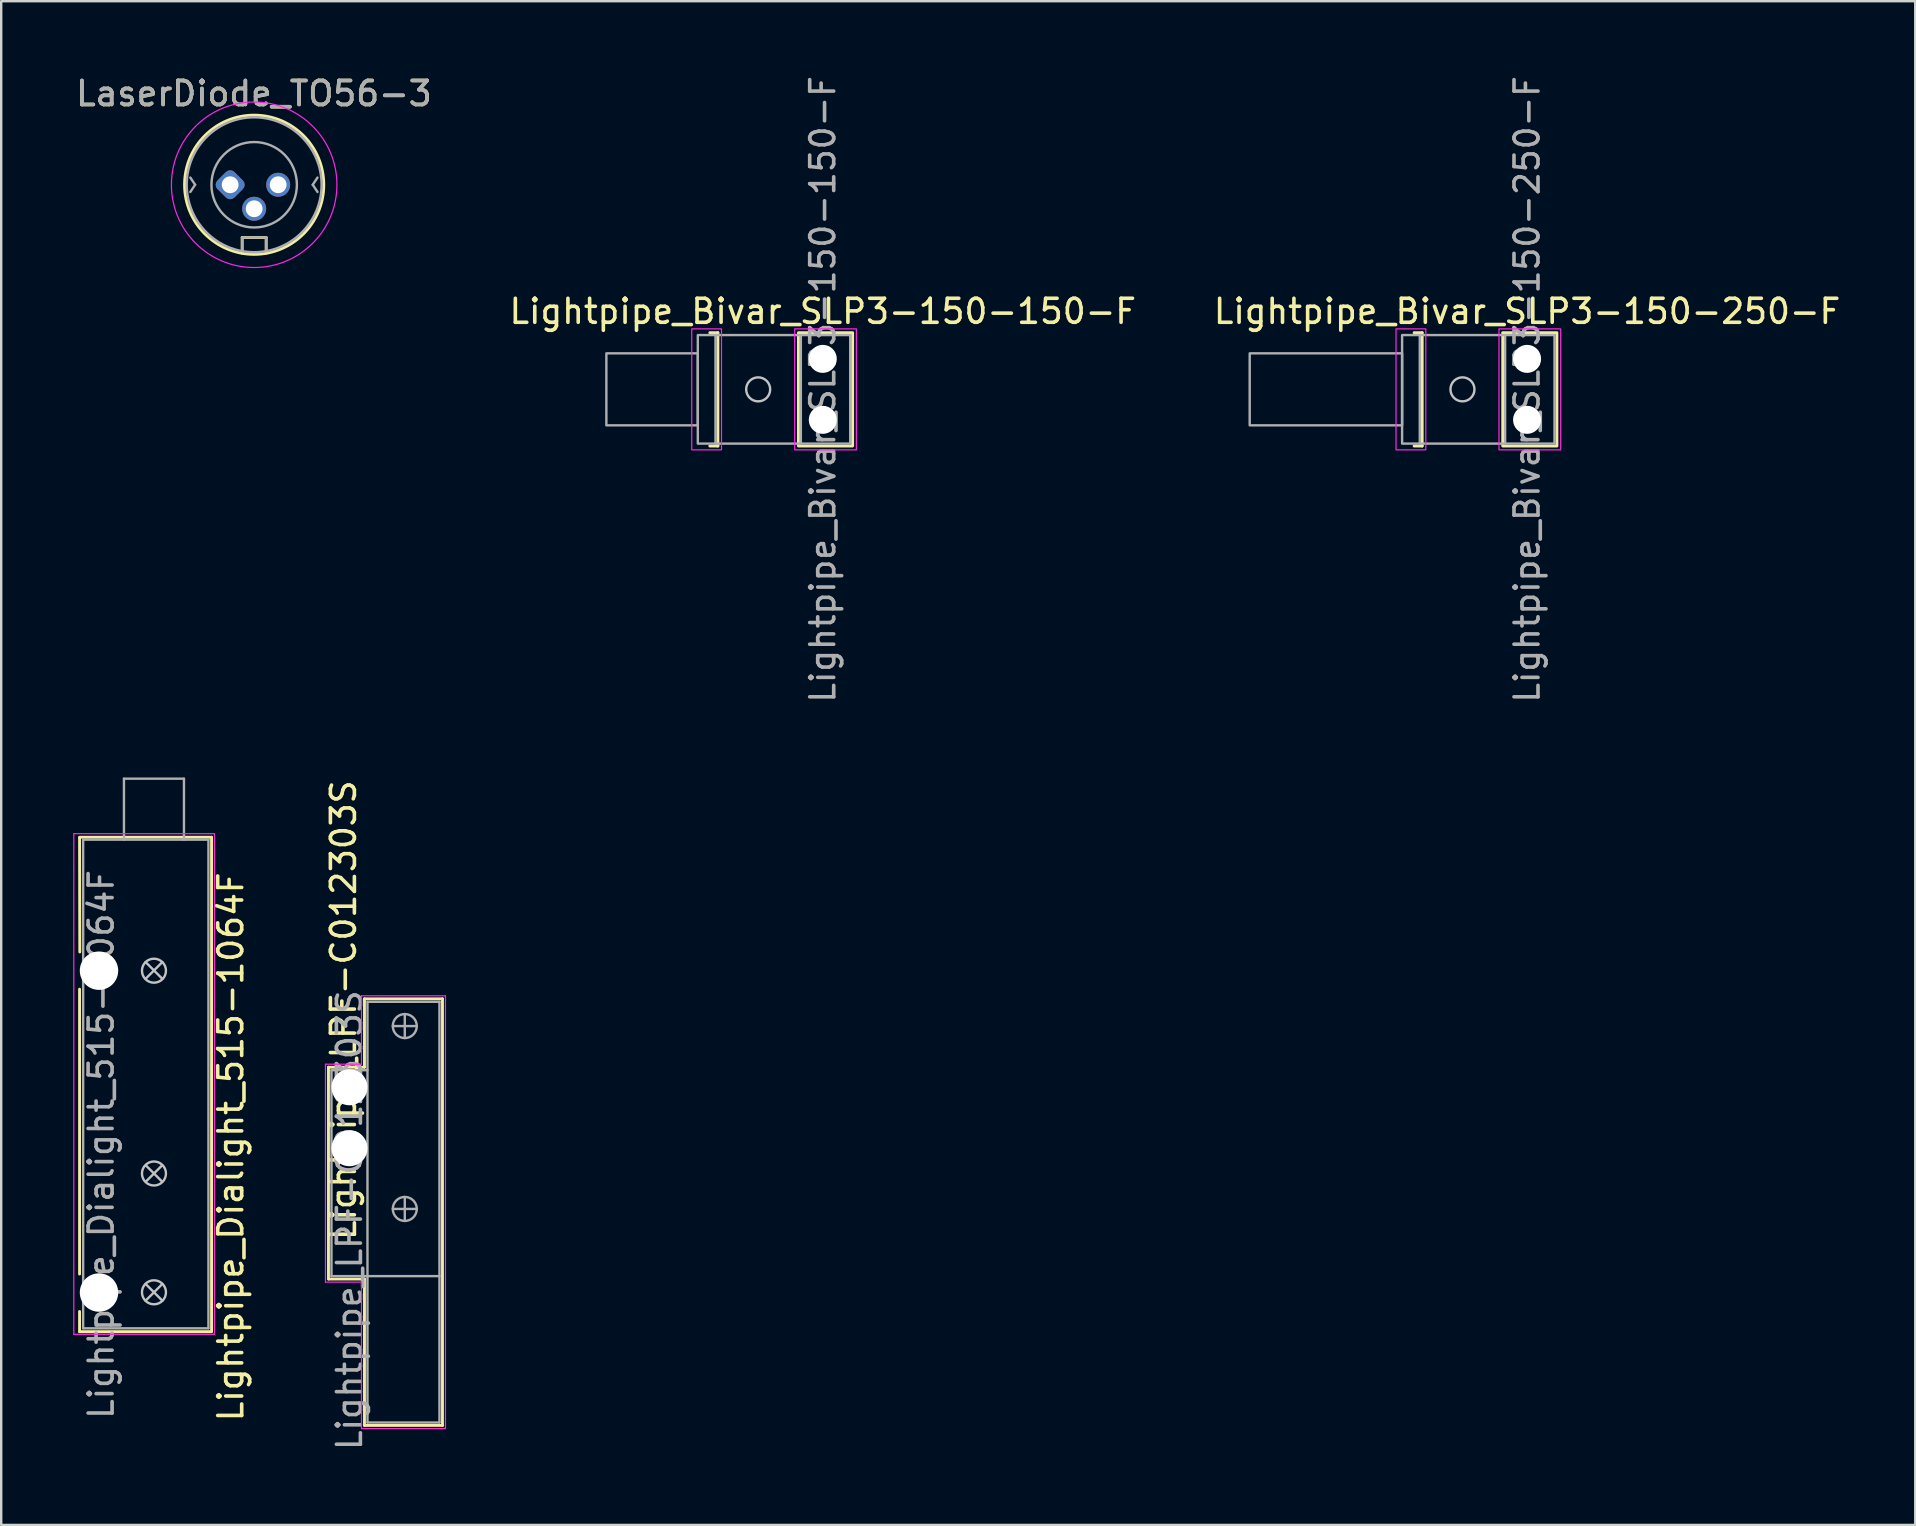
<source format=kicad_pcb>
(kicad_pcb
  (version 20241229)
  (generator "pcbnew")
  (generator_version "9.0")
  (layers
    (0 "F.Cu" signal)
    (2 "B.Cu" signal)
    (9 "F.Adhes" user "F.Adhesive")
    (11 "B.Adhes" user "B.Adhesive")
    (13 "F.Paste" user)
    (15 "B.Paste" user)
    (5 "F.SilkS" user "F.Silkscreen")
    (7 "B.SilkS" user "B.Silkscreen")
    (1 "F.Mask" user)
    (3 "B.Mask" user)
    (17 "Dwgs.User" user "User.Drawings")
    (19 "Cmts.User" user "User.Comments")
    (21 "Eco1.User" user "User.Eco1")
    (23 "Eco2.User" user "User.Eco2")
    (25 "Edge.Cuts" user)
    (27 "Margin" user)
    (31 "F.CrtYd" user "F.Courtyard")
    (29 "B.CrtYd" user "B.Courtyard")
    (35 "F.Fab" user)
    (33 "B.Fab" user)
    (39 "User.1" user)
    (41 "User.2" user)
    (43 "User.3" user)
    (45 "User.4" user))
  (footprint "LaserDiode_TO56-3"
    (layer "F.Cu")
    (at 6.54 4.648)
    (property "Reference" "LaserDiode_TO56-3" (at 0.99 -3.8 0) (layer "F.SilkS") (effects (font (size 1 1) (thickness 0.15))))
    (attr through_hole)
    (fp_line (start 0.5 2.2) (end 1.5 2.2) (stroke (width 0.12) (type solid)) (layer "F.SilkS"))
    (fp_line (start 0.5 2.85) (end 0.5 2.2) (stroke (width 0.12) (type solid)) (layer "F.SilkS"))
    (fp_line (start 1.5 2.2) (end 1.5 2.85) (stroke (width 0.12) (type solid)) (layer "F.SilkS"))
    (fp_circle (center 1 0) (end 3.9 0) (stroke (width 0.12) (type solid)) (fill no) (layer "F.SilkS"))
    (fp_circle (center 1 0) (end 4.3 1) (stroke (width 0.05) (type solid)) (fill no) (layer "F.CrtYd"))
    (fp_line (start -1.66 -0.3) (end -1.46 0) (stroke (width 0.1) (type solid)) (layer "F.Fab"))
    (fp_line (start -1.46 0) (end -1.66 0.3) (stroke (width 0.1) (type solid)) (layer "F.Fab"))
    (fp_line (start 0.5 2.2) (end 1.5 2.2) (stroke (width 0.1) (type solid)) (layer "F.Fab"))
    (fp_line (start 0.5 2.7) (end 0.5 2.2) (stroke (width 0.1) (type solid)) (layer "F.Fab"))
    (fp_line (start 1.5 2.2) (end 1.5 2.7) (stroke (width 0.1) (type solid)) (layer "F.Fab"))
    (fp_line (start 3.44 0) (end 3.64 0.3) (stroke (width 0.1) (type solid)) (layer "F.Fab"))
    (fp_line (start 3.64 -0.3) (end 3.44 0) (stroke (width 0.1) (type solid)) (layer "F.Fab"))
    (fp_circle (center 1 0) (end 2.78 0) (stroke (width 0.1) (type solid)) (fill no) (layer "F.Fab"))
    (fp_circle (center 1 0) (end 3.81 0) (stroke (width 0.1) (type solid)) (fill no) (layer "F.Fab"))
    (fp_text user "${REFERENCE}" (at 0.99 -3.8 0) (layer "F.Fab") (effects (font (size 1 1) (thickness 0.15))))
    (pad "1" thru_hole roundrect (at 0 0 45) (size 1 1) (drill 0.7) (layers "*.Cu" "*.Mask") (roundrect_rratio 0.25))
    (pad "2" thru_hole circle (at 1 1) (size 1 1) (drill 0.7) (layers "*.Cu" "*.Mask"))
    (pad "3" thru_hole circle (at 2 0) (size 1 1) (drill 0.7) (layers "*.Cu" "*.Mask")))
  (footprint "Lightpipe_Bivar_SLP3-150-150-F"
    (layer "F.Cu")
    (at 31.232 13.173)
    (property "Reference" "Lightpipe_Bivar_SLP3-150-150-F" (at 0 -3.25 0) (layer "F.SilkS") (effects (font (size 1 1) (thickness 0.15))))
    (fp_line (start -4.707 -2.361) (end -4.37 -2.361) (stroke (width 0.12) (type default)) (layer "F.SilkS"))
    (fp_line (start -4.37 -2.361) (end -4.37 2.361) (stroke (width 0.12) (type default)) (layer "F.SilkS"))
    (fp_line (start -4.37 2.361) (end -4.707 2.361) (stroke (width 0.12) (type default)) (layer "F.SilkS"))
    (fp_rect (start -1.014 2.361) (end 1.243 -2.361) (stroke (width 0.12) (type solid)) (fill no) (layer "F.SilkS"))
    (fp_circle (center -2.692 0) (end -2.192 0) (stroke (width 0.1) (type solid)) (fill no) (layer "Dwgs.User"))
    (fp_rect (start -5.46 -2.52) (end -4.22 2.52) (stroke (width 0.05) (type solid)) (fill no) (layer "F.CrtYd"))
    (fp_rect (start -1.17 -2.52) (end 1.4 2.52) (stroke (width 0.05) (type solid)) (fill no) (layer "F.CrtYd"))
    (fp_line (start -4.47 -2.261) (end -0.914 -2.261) (stroke (width 0.1) (type solid)) (layer "F.Fab"))
    (fp_line (start -4.47 2.261) (end -0.914 2.261) (stroke (width 0.1) (type solid)) (layer "F.Fab"))
    (fp_rect (start -5.207 -2.261) (end -4.47 2.261) (stroke (width 0.1) (type solid)) (fill no) (layer "F.Fab"))
    (fp_rect (start -5.207 -1.5) (end -9.017 1.5) (stroke (width 0.1) (type solid)) (fill no) (layer "F.Fab"))
    (fp_rect (start -0.914 -2.261) (end 1.143 2.261) (stroke (width 0.1) (type solid)) (fill no) (layer "F.Fab"))
    (fp_text user "${REFERENCE}" (at 0 0 90) (layer "F.Fab") (effects (font (size 1 1) (thickness 0.15))))
    (pad "" np_thru_hole circle (at 0 -1.27) (size 1.168 1.168) (drill 1.168) (layers "*.Cu" "*.Mask"))
    (pad "" np_thru_hole circle (at 0 1.27) (size 1.168 1.168) (drill 1.168) (layers "*.Cu" "*.Mask")))
  (footprint "Lightpipe_Dialight_515-1064F"
    (layer "F.Cu")
    (at 3.365 31.935)
    (property "Reference" "Lightpipe_Dialight_515-1064F" (at 3.2 12.8 270) (layer "F.SilkS") (effects (font (size 1 1) (thickness 0.15))))
    (attr exclude_from_pos_files exclude_from_bom)
    (fp_line (start -3.1 -0.1) (end 2.4 -0.1) (stroke (width 0.12) (type solid)) (layer "F.SilkS"))
    (fp_line (start -3.1 -0.08) (end -3.09 4.68) (stroke (width 0.12) (type solid)) (layer "F.SilkS"))
    (fp_line (start -3.1 6.23) (end -3.1 18.1) (stroke (width 0.12) (type solid)) (layer "F.SilkS"))
    (fp_line (start -3.1 20.5) (end -3.1 19.66) (stroke (width 0.12) (type solid)) (layer "F.SilkS"))
    (fp_line (start -3.1 20.5) (end 2.4 20.5) (stroke (width 0.12) (type solid)) (layer "F.SilkS"))
    (fp_line (start 2.4 20.49) (end 2.4 -0.1) (stroke (width 0.12) (type solid)) (layer "F.SilkS"))
    (fp_line (start 0.325 13.585) (end -0.325 14.235) (stroke (width 0.1) (type solid)) (layer "Dwgs.User"))
    (fp_line (start 0.325 14.235) (end -0.325 13.585) (stroke (width 0.1) (type solid)) (layer "Dwgs.User"))
    (fp_line (start 0.35 5.1) (end -0.35 5.8) (stroke (width 0.1) (type solid)) (layer "Dwgs.User"))
    (fp_line (start 0.35 5.8) (end -0.35 5.1) (stroke (width 0.1) (type solid)) (layer "Dwgs.User"))
    (fp_line (start 0.35 18.51) (end -0.35 19.21) (stroke (width 0.1) (type solid)) (layer "Dwgs.User"))
    (fp_line (start 0.35 19.21) (end -0.35 18.51) (stroke (width 0.1) (type solid)) (layer "Dwgs.User"))
    (fp_circle (center 0 5.46) (end 0.5 5.46) (stroke (width 0.1) (type solid)) (fill no) (layer "Dwgs.User"))
    (fp_circle (center 0 13.91) (end 0.5 13.91) (stroke (width 0.1) (type solid)) (fill no) (layer "Dwgs.User"))
    (fp_circle (center 0 18.86) (end 0.5 18.86) (stroke (width 0.1) (type solid)) (fill no) (layer "Dwgs.User"))
    (fp_line (start -3.34 -0.25) (end 2.52 -0.25) (stroke (width 0.05) (type solid)) (layer "F.CrtYd"))
    (fp_line (start -3.34 20.61) (end -3.34 -0.25) (stroke (width 0.05) (type solid)) (layer "F.CrtYd"))
    (fp_line (start 2.52 -0.25) (end 2.52 20.61) (stroke (width 0.05) (type solid)) (layer "F.CrtYd"))
    (fp_line (start 2.52 20.61) (end -3.34 20.61) (stroke (width 0.05) (type solid)) (layer "F.CrtYd"))
    (fp_line (start -2.95 0) (end 2.27 0) (stroke (width 0.1) (type solid)) (layer "F.Fab"))
    (fp_line (start -2.95 20.36) (end -2.95 0) (stroke (width 0.1) (type solid)) (layer "F.Fab"))
    (fp_line (start -1.25 -2.54) (end -1.25 0) (stroke (width 0.1) (type solid)) (layer "F.Fab"))
    (fp_line (start 1.25 -2.54) (end -1.25 -2.54) (stroke (width 0.1) (type solid)) (layer "F.Fab"))
    (fp_line (start 1.25 0) (end 1.25 -2.54) (stroke (width 0.1) (type solid)) (layer "F.Fab"))
    (fp_line (start 2.27 0) (end 2.27 20.36) (stroke (width 0.1) (type solid)) (layer "F.Fab"))
    (fp_line (start 2.27 20.36) (end -2.95 20.36) (stroke (width 0.1) (type solid)) (layer "F.Fab"))
    (fp_text user "${REFERENCE}" (at -2.2 12.7 270) (layer "F.Fab") (effects (font (size 1 1) (thickness 0.15))))
    (pad "" np_thru_hole circle (at -2.29 5.46 180) (size 1.6 1.6) (drill 1.6) (layers "*.Cu"))
    (pad "" np_thru_hole circle (at -2.29 18.87 180) (size 1.6 1.6) (drill 1.6) (layers "*.Cu")))
  (footprint "Lightpipe_LPF-C012303S"
    (layer "F.Cu")
    (at 11.511 44.792)
    (property "Reference" "Lightpipe_LPF-C012303S" (at -0.25 -5.75 270) (layer "F.SilkS") (effects (font (size 1 1) (thickness 0.15))))
    (attr through_hole)
    (fp_line (start -0.875 -3.375) (end -0.875 5.45) (stroke (width 0.12) (type solid)) (layer "F.SilkS"))
    (fp_line (start -0.875 5.45) (end 0.625 5.45) (stroke (width 0.12) (type solid)) (layer "F.SilkS"))
    (fp_line (start 0.625 -6.225) (end 0.625 -3.375) (stroke (width 0.12) (type solid)) (layer "F.SilkS"))
    (fp_line (start 0.625 -3.375) (end -0.875 -3.375) (stroke (width 0.12) (type solid)) (layer "F.SilkS"))
    (fp_line (start 0.625 5.45) (end 0.625 11.55) (stroke (width 0.12) (type solid)) (layer "F.SilkS"))
    (fp_line (start 0.625 11.55) (end 3.875 11.55) (stroke (width 0.12) (type solid)) (layer "F.SilkS"))
    (fp_line (start 3.875 -6.225) (end 0.625 -6.225) (stroke (width 0.12) (type solid)) (layer "F.SilkS"))
    (fp_line (start 3.875 11.55) (end 3.875 -6.225) (stroke (width 0.12) (type solid)) (layer "F.SilkS"))
    (fp_line (start -1 -3.5) (end -1 5.58) (stroke (width 0.05) (type solid)) (layer "F.CrtYd"))
    (fp_line (start -1 5.58) (end 0.5 5.58) (stroke (width 0.05) (type solid)) (layer "F.CrtYd"))
    (fp_line (start 0.5 -6.35) (end 0.5 -3.5) (stroke (width 0.05) (type solid)) (layer "F.CrtYd"))
    (fp_line (start 0.5 -3.5) (end -1 -3.5) (stroke (width 0.05) (type solid)) (layer "F.CrtYd"))
    (fp_line (start 0.5 5.58) (end 0.5 11.68) (stroke (width 0.05) (type solid)) (layer "F.CrtYd"))
    (fp_line (start 0.5 11.68) (end 4 11.68) (stroke (width 0.05) (type solid)) (layer "F.CrtYd"))
    (fp_line (start 4 -6.35) (end 0.5 -6.35) (stroke (width 0.05) (type solid)) (layer "F.CrtYd"))
    (fp_line (start 4 11.68) (end 4 -6.35) (stroke (width 0.05) (type solid)) (layer "F.CrtYd"))
    (fp_line (start -0.75 -3.25) (end -0.75 5.33) (stroke (width 0.1) (type solid)) (layer "F.Fab"))
    (fp_line (start -0.75 -3.25) (end 0.75 -3.25) (stroke (width 0.1) (type solid)) (layer "F.Fab"))
    (fp_line (start -0.75 5.33) (end 3.75 5.33) (stroke (width 0.1) (type solid)) (layer "F.Fab"))
    (fp_line (start 0.75 -6.1) (end 0.75 11.43) (stroke (width 0.1) (type solid)) (layer "F.Fab"))
    (fp_line (start 0.75 -6.1) (end 3.75 -6.1) (stroke (width 0.1) (type solid)) (layer "F.Fab"))
    (fp_line (start 0.75 11.43) (end 3.75 11.43) (stroke (width 0.1) (type solid)) (layer "F.Fab"))
    (fp_line (start 1.805 -5.09) (end 2.805 -5.09) (stroke (width 0.1) (type solid)) (layer "F.Fab"))
    (fp_line (start 1.805 2.53) (end 2.805 2.53) (stroke (width 0.1) (type solid)) (layer "F.Fab"))
    (fp_line (start 2.305 -4.59) (end 2.305 -5.59) (stroke (width 0.1) (type solid)) (layer "F.Fab"))
    (fp_line (start 2.305 3.03) (end 2.305 2.03) (stroke (width 0.1) (type solid)) (layer "F.Fab"))
    (fp_line (start 3.75 -6.1) (end 3.75 11.43) (stroke (width 0.1) (type solid)) (layer "F.Fab"))
    (fp_circle (center 2.305 -5.09) (end 2.805 -5.09) (stroke (width 0.1) (type solid)) (fill no) (layer "F.Fab"))
    (fp_circle (center 2.305 2.53) (end 2.805 2.53) (stroke (width 0.1) (type solid)) (fill no) (layer "F.Fab"))
    (fp_text user "${REFERENCE}" (at 0 3 90) (layer "F.Fab") (effects (font (size 1 1) (thickness 0.15))))
    (pad "" np_thru_hole circle (at 0 -2.54) (size 1.5 1.5) (drill 1.5) (layers "*.Cu" "*.Mask"))
    (pad "" np_thru_hole circle (at 0 0) (size 1.5 1.5) (drill 1.5) (layers "*.Cu" "*.Mask")))
  (footprint "Lightpipe_Bivar_SLP3-150-250-F"
    (layer "F.Cu")
    (at 60.577 13.173)
    (property "Reference" "Lightpipe_Bivar_SLP3-150-250-F" (at 0 -3.25 0) (layer "F.SilkS") (effects (font (size 1 1) (thickness 0.15))))
    (fp_line (start -4.707 -2.361) (end -4.37 -2.361) (stroke (width 0.12) (type default)) (layer "F.SilkS"))
    (fp_line (start -4.37 -2.361) (end -4.37 2.361) (stroke (width 0.12) (type default)) (layer "F.SilkS"))
    (fp_line (start -4.37 2.361) (end -4.707 2.361) (stroke (width 0.12) (type default)) (layer "F.SilkS"))
    (fp_rect (start -1.014 2.361) (end 1.243 -2.361) (stroke (width 0.12) (type solid)) (fill no) (layer "F.SilkS"))
    (fp_circle (center -2.692 0) (end -2.192 0) (stroke (width 0.1) (type solid)) (fill no) (layer "Dwgs.User"))
    (fp_rect (start -5.46 -2.52) (end -4.22 2.52) (stroke (width 0.05) (type solid)) (fill no) (layer "F.CrtYd"))
    (fp_rect (start -1.17 -2.52) (end 1.4 2.52) (stroke (width 0.05) (type solid)) (fill no) (layer "F.CrtYd"))
    (fp_line (start -4.47 -2.261) (end -0.914 -2.261) (stroke (width 0.1) (type solid)) (layer "F.Fab"))
    (fp_line (start -4.47 2.261) (end -0.914 2.261) (stroke (width 0.1) (type solid)) (layer "F.Fab"))
    (fp_rect (start -5.207 -2.261) (end -4.47 2.261) (stroke (width 0.1) (type solid)) (fill no) (layer "F.Fab"))
    (fp_rect (start -5.207 -1.5) (end -11.557 1.5) (stroke (width 0.1) (type solid)) (fill no) (layer "F.Fab"))
    (fp_rect (start -0.914 -2.261) (end 1.143 2.261) (stroke (width 0.1) (type solid)) (fill no) (layer "F.Fab"))
    (fp_text user "${REFERENCE}" (at 0 0 90) (layer "F.Fab") (effects (font (size 1 1) (thickness 0.15))))
    (pad "" np_thru_hole circle (at 0 -1.27) (size 1.168 1.168) (drill 1.168) (layers "*.Cu" "*.Mask"))
    (pad "" np_thru_hole circle (at 0 1.27) (size 1.168 1.168) (drill 1.168) (layers "*.Cu" "*.Mask")))
  (gr_rect
    (start -3 -3)
    (end 76.75 60.488)
    (stroke (width 0.1) (type default))
    (fill no)
    (layer "Edge.Cuts")))
</source>
